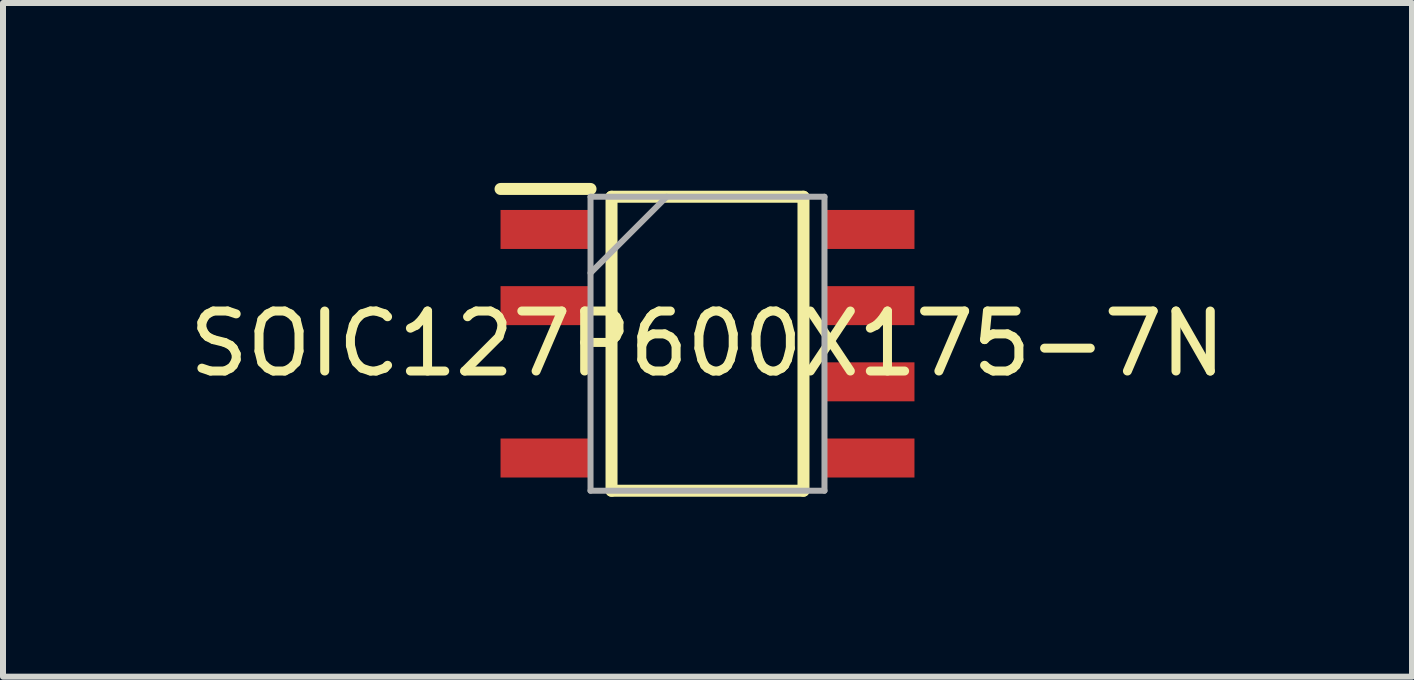
<source format=kicad_pcb>
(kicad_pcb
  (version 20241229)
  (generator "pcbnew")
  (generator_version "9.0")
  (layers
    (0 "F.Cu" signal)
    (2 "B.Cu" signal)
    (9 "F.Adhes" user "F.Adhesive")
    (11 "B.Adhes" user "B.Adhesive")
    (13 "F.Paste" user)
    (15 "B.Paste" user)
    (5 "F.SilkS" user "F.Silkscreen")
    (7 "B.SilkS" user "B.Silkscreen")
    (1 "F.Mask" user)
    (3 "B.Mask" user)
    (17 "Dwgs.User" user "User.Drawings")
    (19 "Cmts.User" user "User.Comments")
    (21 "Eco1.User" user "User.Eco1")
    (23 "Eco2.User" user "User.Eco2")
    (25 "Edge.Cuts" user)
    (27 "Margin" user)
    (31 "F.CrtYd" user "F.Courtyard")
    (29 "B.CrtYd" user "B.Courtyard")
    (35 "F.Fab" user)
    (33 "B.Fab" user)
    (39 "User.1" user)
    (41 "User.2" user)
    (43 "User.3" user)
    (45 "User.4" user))
  (footprint "SOIC127P600X175-7N"
    (layer "F.Cu")
    (at 8.744 2.68)
    (property "Reference" "SOIC127P600X175-7N" (at 0 0 0) (layer "F.SilkS") (effects (font (size 1 1) (thickness 0.15))))
    (attr smd)
    (fp_line (start -3.45 -2.58) (end -1.95 -2.58) (stroke (width 0.2) (type solid)) (layer "F.SilkS"))
    (fp_line (start -1.6 -2.45) (end 1.6 -2.45) (stroke (width 0.2) (type solid)) (layer "F.SilkS"))
    (fp_line (start -1.6 2.45) (end -1.6 -2.45) (stroke (width 0.2) (type solid)) (layer "F.SilkS"))
    (fp_line (start 1.6 -2.45) (end 1.6 2.45) (stroke (width 0.2) (type solid)) (layer "F.SilkS"))
    (fp_line (start 1.6 2.45) (end -1.6 2.45) (stroke (width 0.2) (type solid)) (layer "F.SilkS"))
    (fp_line (start -1.95 -2.45) (end 1.95 -2.45) (stroke (width 0.1) (type solid)) (layer "F.Fab"))
    (fp_line (start -1.95 -1.18) (end -0.68 -2.45) (stroke (width 0.1) (type solid)) (layer "F.Fab"))
    (fp_line (start -1.95 2.45) (end -1.95 -2.45) (stroke (width 0.1) (type solid)) (layer "F.Fab"))
    (fp_line (start 1.95 -2.45) (end 1.95 2.45) (stroke (width 0.1) (type solid)) (layer "F.Fab"))
    (fp_line (start 1.95 2.45) (end -1.95 2.45) (stroke (width 0.1) (type solid)) (layer "F.Fab"))
    (pad "1" smd rect (at -2.7 -1.905) (size 1.5 0.65) (layers "F.Cu" "F.Mask" "F.Paste"))
    (pad "2" smd rect (at -2.7 -0.635) (size 1.5 0.65) (layers "F.Cu" "F.Mask" "F.Paste"))
    (pad "4" smd rect (at -2.7 1.905) (size 1.5 0.65) (layers "F.Cu" "F.Mask" "F.Paste"))
    (pad "5" smd rect (at 2.7 1.905) (size 1.5 0.65) (layers "F.Cu" "F.Mask" "F.Paste"))
    (pad "6" smd rect (at 2.7 0.635) (size 1.5 0.65) (layers "F.Cu" "F.Mask" "F.Paste"))
    (pad "7" smd rect (at 2.7 -0.635) (size 1.5 0.65) (layers "F.Cu" "F.Mask" "F.Paste"))
    (pad "8" smd rect (at 2.7 -1.905) (size 1.5 0.65) (layers "F.Cu" "F.Mask" "F.Paste")))
  (gr_rect
    (start -3 -3)
    (end 20.488 8.23)
    (stroke (width 0.1) (type default))
    (fill no)
    (layer "Edge.Cuts")))
</source>
